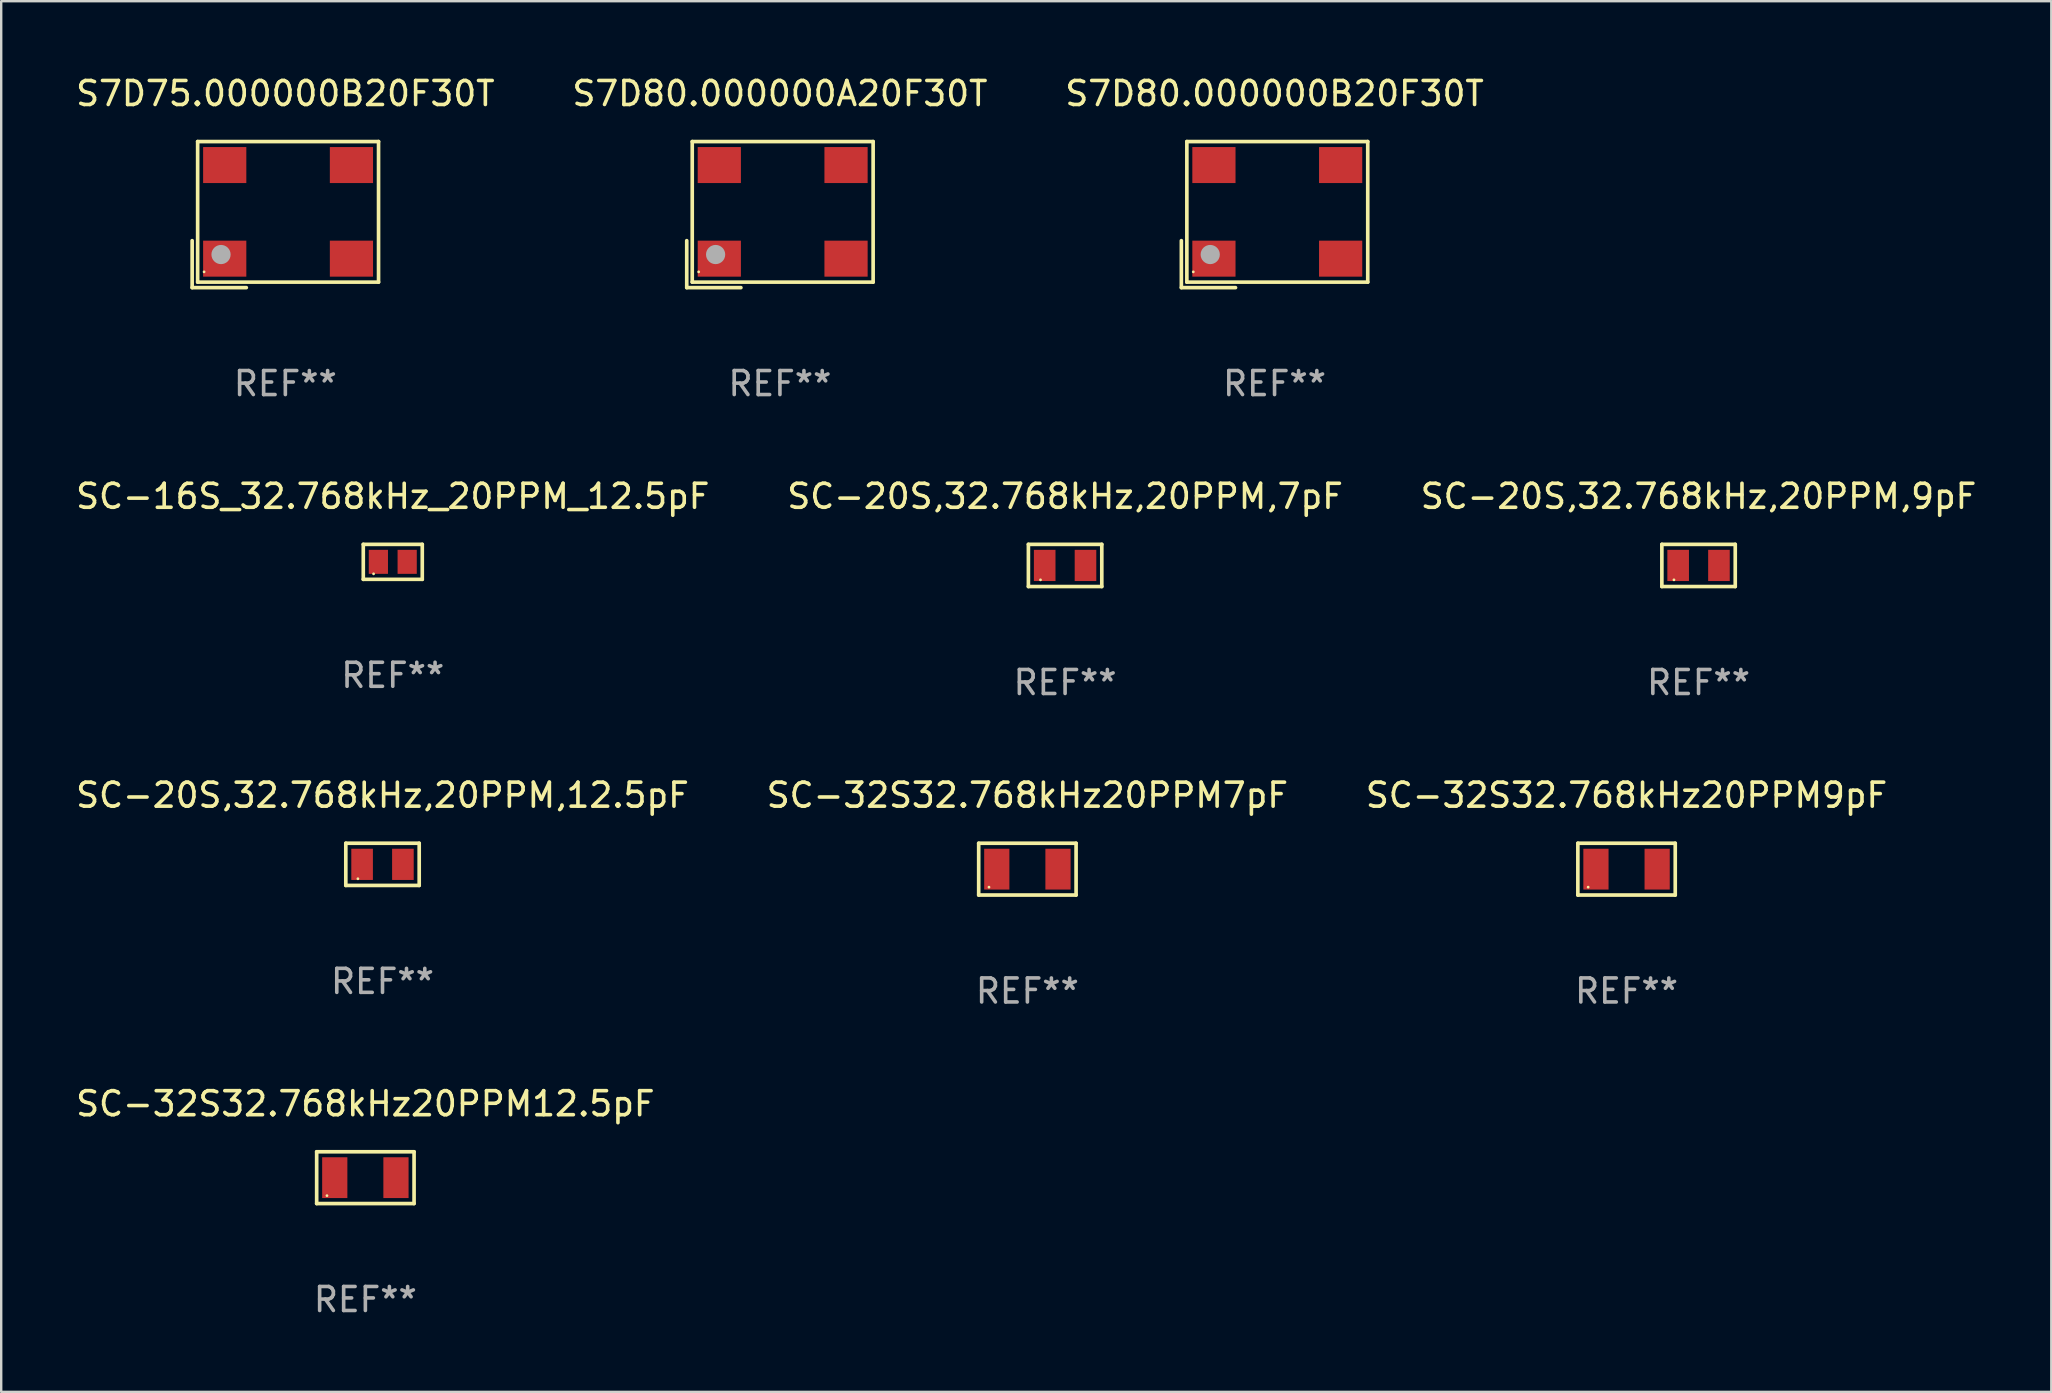
<source format=kicad_pcb>
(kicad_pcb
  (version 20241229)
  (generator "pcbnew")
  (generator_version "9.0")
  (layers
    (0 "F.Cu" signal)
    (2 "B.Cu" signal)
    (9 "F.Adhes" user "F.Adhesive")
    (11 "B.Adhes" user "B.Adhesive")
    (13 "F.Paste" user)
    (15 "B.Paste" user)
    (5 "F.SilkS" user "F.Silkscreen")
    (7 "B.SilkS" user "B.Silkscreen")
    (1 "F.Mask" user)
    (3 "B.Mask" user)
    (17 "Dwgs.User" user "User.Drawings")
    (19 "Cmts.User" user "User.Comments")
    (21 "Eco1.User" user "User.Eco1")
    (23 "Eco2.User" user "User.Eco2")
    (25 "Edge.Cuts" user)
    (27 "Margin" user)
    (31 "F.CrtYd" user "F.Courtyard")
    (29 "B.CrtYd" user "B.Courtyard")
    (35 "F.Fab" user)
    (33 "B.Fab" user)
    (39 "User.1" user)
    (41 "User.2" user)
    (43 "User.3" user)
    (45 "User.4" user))
  (footprint "SC-20S,32.768kHz,20PPM,9pF"
    (layer "F.Cu")
    (at 67.72 20.509)
    (property "Reference" "SC-20S,32.768kHz,20PPM,9pF" (at 0 -2.879 0) (layer "F.SilkS") (effects (font (size 1 1) (thickness 0.15))))
    (attr through_hole)
    (fp_line (start -1.529 -0.879) (end 1.529 -0.879) (stroke (width 0.152) (type solid)) (layer "F.SilkS"))
    (fp_line (start -1.529 0.879) (end -1.529 -0.879) (stroke (width 0.152) (type solid)) (layer "F.SilkS"))
    (fp_line (start 1.529 -0.879) (end 1.529 0.879) (stroke (width 0.152) (type solid)) (layer "F.SilkS"))
    (fp_line (start 1.529 0.879) (end -1.529 0.879) (stroke (width 0.152) (type solid)) (layer "F.SilkS"))
    (fp_circle (center -1.025 0.6) (end -0.995 0.6) (stroke (width 0.06) (type solid)) (fill no) (layer "F.SilkS"))
    (fp_text user "REF**" (at 0 4.879 0) (layer "F.Fab") (effects (font (size 1 1) (thickness 0.15))))
    (pad "1" smd rect (at -0.85 0) (size 0.9 1.3) (layers "F.Cu" "F.Mask" "F.Paste"))
    (pad "2" smd rect (at 0.85 0) (size 0.9 1.3) (layers "F.Cu" "F.Mask" "F.Paste")))
  (footprint "S7D80.000000B20F30T"
    (layer "F.Cu")
    (at 50.054 5.891)
    (property "Reference" "S7D80.000000B20F30T" (at 0 -5.043 0) (layer "F.SilkS") (effects (font (size 1 1) (thickness 0.15))))
    (attr through_hole)
    (fp_line (start -3.883 1.086) (end -3.883 3.043) (stroke (width 0.152) (type solid)) (layer "F.SilkS"))
    (fp_line (start -3.883 3.043) (end -1.626 3.043) (stroke (width 0.152) (type solid)) (layer "F.SilkS"))
    (fp_line (start -3.654 -3.043) (end 3.883 -3.043) (stroke (width 0.152) (type solid)) (layer "F.SilkS"))
    (fp_line (start -3.654 2.814) (end -3.654 -3.043) (stroke (width 0.152) (type solid)) (layer "F.SilkS"))
    (fp_line (start 3.883 -3.043) (end 3.883 2.814) (stroke (width 0.152) (type solid)) (layer "F.SilkS"))
    (fp_line (start 3.883 2.814) (end -3.654 2.814) (stroke (width 0.152) (type solid)) (layer "F.SilkS"))
    (fp_circle (center -3.386 2.386) (end -3.356 2.386) (stroke (width 0.06) (type solid)) (fill no) (layer "F.SilkS"))
    (fp_circle (center -2.68 1.664) (end -2.48 1.664) (stroke (width 0.4) (type solid)) (fill no) (layer "F.Fab"))
    (fp_text user "REF**" (at 0 7.043 0) (layer "F.Fab") (effects (font (size 1 1) (thickness 0.15))))
    (pad "1" smd rect (at -2.526 1.836) (size 1.8 1.5) (layers "F.Cu" "F.Mask" "F.Paste"))
    (pad "2" smd rect (at 2.754 1.836) (size 1.8 1.5) (layers "F.Cu" "F.Mask" "F.Paste"))
    (pad "3" smd rect (at 2.754 -2.064) (size 1.8 1.5) (layers "F.Cu" "F.Mask" "F.Paste"))
    (pad "4" smd rect (at -2.526 -2.064) (size 1.8 1.5) (layers "F.Cu" "F.Mask" "F.Paste")))
  (footprint "SC-20S,32.768kHz,20PPM,7pF"
    (layer "F.Cu")
    (at 41.327 20.509)
    (property "Reference" "SC-20S,32.768kHz,20PPM,7pF" (at 0 -2.879 0) (layer "F.SilkS") (effects (font (size 1 1) (thickness 0.15))))
    (attr through_hole)
    (fp_line (start -1.529 -0.879) (end 1.529 -0.879) (stroke (width 0.152) (type solid)) (layer "F.SilkS"))
    (fp_line (start -1.529 0.879) (end -1.529 -0.879) (stroke (width 0.152) (type solid)) (layer "F.SilkS"))
    (fp_line (start 1.529 -0.879) (end 1.529 0.879) (stroke (width 0.152) (type solid)) (layer "F.SilkS"))
    (fp_line (start 1.529 0.879) (end -1.529 0.879) (stroke (width 0.152) (type solid)) (layer "F.SilkS"))
    (fp_circle (center -1.025 0.6) (end -0.995 0.6) (stroke (width 0.06) (type solid)) (fill no) (layer "F.SilkS"))
    (fp_text user "REF**" (at 0 4.879 0) (layer "F.Fab") (effects (font (size 1 1) (thickness 0.15))))
    (pad "1" smd rect (at -0.85 0) (size 0.9 1.3) (layers "F.Cu" "F.Mask" "F.Paste"))
    (pad "2" smd rect (at 0.85 0) (size 0.9 1.3) (layers "F.Cu" "F.Mask" "F.Paste")))
  (footprint "SC-32S32.768kHz20PPM7pF"
    (layer "F.Cu")
    (at 39.756 33.163)
    (property "Reference" "SC-32S32.768kHz20PPM7pF" (at 0 -3.079 0) (layer "F.SilkS") (effects (font (size 1 1) (thickness 0.15))))
    (attr through_hole)
    (fp_line (start -2.029 -1.079) (end 2.029 -1.079) (stroke (width 0.152) (type solid)) (layer "F.SilkS"))
    (fp_line (start -2.029 1.079) (end -2.029 -1.079) (stroke (width 0.152) (type solid)) (layer "F.SilkS"))
    (fp_line (start 2.029 -1.079) (end 2.029 1.079) (stroke (width 0.152) (type solid)) (layer "F.SilkS"))
    (fp_line (start 2.029 1.079) (end -2.029 1.079) (stroke (width 0.152) (type solid)) (layer "F.SilkS"))
    (fp_circle (center -1.6 0.75) (end -1.57 0.75) (stroke (width 0.06) (type solid)) (fill no) (layer "F.SilkS"))
    (fp_text user "REF**" (at 0 5.079 0) (layer "F.Fab") (effects (font (size 1 1) (thickness 0.15))))
    (pad "1" smd rect (at -1.275 0) (size 1.05 1.7) (layers "F.Cu" "F.Mask" "F.Paste"))
    (pad "2" smd rect (at 1.275 0) (size 1.05 1.7) (layers "F.Cu" "F.Mask" "F.Paste")))
  (footprint "SC-16S_32.768kHz_20PPM_12.5pF"
    (layer "F.Cu")
    (at 13.315 20.359)
    (property "Reference" "SC-16S_32.768kHz_20PPM_12.5pF" (at 0 -2.729 0) (layer "F.SilkS") (effects (font (size 1 1) (thickness 0.15))))
    (attr through_hole)
    (fp_line (start -1.229 -0.729) (end 1.229 -0.729) (stroke (width 0.152) (type solid)) (layer "F.SilkS"))
    (fp_line (start -1.229 0.729) (end -1.229 -0.729) (stroke (width 0.152) (type solid)) (layer "F.SilkS"))
    (fp_line (start 1.229 -0.729) (end 1.229 0.729) (stroke (width 0.152) (type solid)) (layer "F.SilkS"))
    (fp_line (start 1.229 0.729) (end -1.229 0.729) (stroke (width 0.152) (type solid)) (layer "F.SilkS"))
    (fp_circle (center -0.8 0.5) (end -0.77 0.5) (stroke (width 0.06) (type solid)) (fill no) (layer "F.SilkS"))
    (fp_text user "REF**" (at 0 4.729 0) (layer "F.Fab") (effects (font (size 1 1) (thickness 0.15))))
    (pad "1" smd rect (at -0.6 0) (size 0.8 1) (layers "F.Cu" "F.Mask" "F.Paste"))
    (pad "2" smd rect (at 0.6 0) (size 0.8 1) (layers "F.Cu" "F.Mask" "F.Paste")))
  (footprint "SC-32S32.768kHz20PPM9pF"
    (layer "F.Cu")
    (at 64.72 33.163)
    (property "Reference" "SC-32S32.768kHz20PPM9pF" (at 0 -3.079 0) (layer "F.SilkS") (effects (font (size 1 1) (thickness 0.15))))
    (attr through_hole)
    (fp_line (start -2.029 -1.079) (end 2.029 -1.079) (stroke (width 0.152) (type solid)) (layer "F.SilkS"))
    (fp_line (start -2.029 1.079) (end -2.029 -1.079) (stroke (width 0.152) (type solid)) (layer "F.SilkS"))
    (fp_line (start 2.029 -1.079) (end 2.029 1.079) (stroke (width 0.152) (type solid)) (layer "F.SilkS"))
    (fp_line (start 2.029 1.079) (end -2.029 1.079) (stroke (width 0.152) (type solid)) (layer "F.SilkS"))
    (fp_circle (center -1.6 0.75) (end -1.57 0.75) (stroke (width 0.06) (type solid)) (fill no) (layer "F.SilkS"))
    (fp_text user "REF**" (at 0 5.079 0) (layer "F.Fab") (effects (font (size 1 1) (thickness 0.15))))
    (pad "1" smd rect (at -1.275 0.000127) (size 1.05 1.7) (layers "F.Cu" "F.Mask" "F.Paste"))
    (pad "2" smd rect (at 1.275 0.000127) (size 1.05 1.7) (layers "F.Cu" "F.Mask" "F.Paste")))
  (footprint "SC-32S32.768kHz20PPM12.5pF"
    (layer "F.Cu")
    (at 12.173 46.017)
    (property "Reference" "SC-32S32.768kHz20PPM12.5pF" (at 0 -3.079 0) (layer "F.SilkS") (effects (font (size 1 1) (thickness 0.15))))
    (attr through_hole)
    (fp_line (start -2.029 -1.079) (end 2.029 -1.079) (stroke (width 0.152) (type solid)) (layer "F.SilkS"))
    (fp_line (start -2.029 1.079) (end -2.029 -1.079) (stroke (width 0.152) (type solid)) (layer "F.SilkS"))
    (fp_line (start 2.029 -1.079) (end 2.029 1.079) (stroke (width 0.152) (type solid)) (layer "F.SilkS"))
    (fp_line (start 2.029 1.079) (end -2.029 1.079) (stroke (width 0.152) (type solid)) (layer "F.SilkS"))
    (fp_circle (center -1.6 0.75) (end -1.57 0.75) (stroke (width 0.06) (type solid)) (fill no) (layer "F.SilkS"))
    (fp_text user "REF**" (at 0 5.079 0) (layer "F.Fab") (effects (font (size 1 1) (thickness 0.15))))
    (pad "1" smd rect (at -1.275 0) (size 1.05 1.7) (layers "F.Cu" "F.Mask" "F.Paste"))
    (pad "2" smd rect (at 1.275 0) (size 1.05 1.7) (layers "F.Cu" "F.Mask" "F.Paste")))
  (footprint "S7D80.000000A20F30T"
    (layer "F.Cu")
    (at 29.446 5.891)
    (property "Reference" "S7D80.000000A20F30T" (at 0 -5.043 0) (layer "F.SilkS") (effects (font (size 1 1) (thickness 0.15))))
    (attr through_hole)
    (fp_line (start -3.883 1.086) (end -3.883 3.043) (stroke (width 0.152) (type solid)) (layer "F.SilkS"))
    (fp_line (start -3.883 3.043) (end -1.626 3.043) (stroke (width 0.152) (type solid)) (layer "F.SilkS"))
    (fp_line (start -3.654 -3.043) (end 3.883 -3.043) (stroke (width 0.152) (type solid)) (layer "F.SilkS"))
    (fp_line (start -3.654 2.814) (end -3.654 -3.043) (stroke (width 0.152) (type solid)) (layer "F.SilkS"))
    (fp_line (start 3.883 -3.043) (end 3.883 2.814) (stroke (width 0.152) (type solid)) (layer "F.SilkS"))
    (fp_line (start 3.883 2.814) (end -3.654 2.814) (stroke (width 0.152) (type solid)) (layer "F.SilkS"))
    (fp_circle (center -3.386 2.386) (end -3.356 2.386) (stroke (width 0.06) (type solid)) (fill no) (layer "F.SilkS"))
    (fp_circle (center -2.68 1.664) (end -2.48 1.664) (stroke (width 0.4) (type solid)) (fill no) (layer "F.Fab"))
    (fp_text user "REF**" (at 0 7.043 0) (layer "F.Fab") (effects (font (size 1 1) (thickness 0.15))))
    (pad "1" smd rect (at -2.526 1.836) (size 1.8 1.5) (layers "F.Cu" "F.Mask" "F.Paste"))
    (pad "2" smd rect (at 2.754 1.836) (size 1.8 1.5) (layers "F.Cu" "F.Mask" "F.Paste"))
    (pad "3" smd rect (at 2.754 -2.064) (size 1.8 1.5) (layers "F.Cu" "F.Mask" "F.Paste"))
    (pad "4" smd rect (at -2.526 -2.064) (size 1.8 1.5) (layers "F.Cu" "F.Mask" "F.Paste")))
  (footprint "S7D75.000000B20F30T"
    (layer "F.Cu")
    (at 8.839 5.891)
    (property "Reference" "S7D75.000000B20F30T" (at 0 -5.043 0) (layer "F.SilkS") (effects (font (size 1 1) (thickness 0.15))))
    (attr through_hole)
    (fp_line (start -3.883 1.086) (end -3.883 3.043) (stroke (width 0.152) (type solid)) (layer "F.SilkS"))
    (fp_line (start -3.883 3.043) (end -1.626 3.043) (stroke (width 0.152) (type solid)) (layer "F.SilkS"))
    (fp_line (start -3.654 -3.043) (end 3.883 -3.043) (stroke (width 0.152) (type solid)) (layer "F.SilkS"))
    (fp_line (start -3.654 2.814) (end -3.654 -3.043) (stroke (width 0.152) (type solid)) (layer "F.SilkS"))
    (fp_line (start 3.883 -3.043) (end 3.883 2.814) (stroke (width 0.152) (type solid)) (layer "F.SilkS"))
    (fp_line (start 3.883 2.814) (end -3.654 2.814) (stroke (width 0.152) (type solid)) (layer "F.SilkS"))
    (fp_circle (center -3.386 2.386) (end -3.356 2.386) (stroke (width 0.06) (type solid)) (fill no) (layer "F.SilkS"))
    (fp_circle (center -2.68 1.664) (end -2.48 1.664) (stroke (width 0.4) (type solid)) (fill no) (layer "F.Fab"))
    (fp_text user "REF**" (at 0 7.043 0) (layer "F.Fab") (effects (font (size 1 1) (thickness 0.15))))
    (pad "1" smd rect (at -2.526 1.836) (size 1.8 1.5) (layers "F.Cu" "F.Mask" "F.Paste"))
    (pad "2" smd rect (at 2.754 1.836) (size 1.8 1.5) (layers "F.Cu" "F.Mask" "F.Paste"))
    (pad "3" smd rect (at 2.754 -2.064) (size 1.8 1.5) (layers "F.Cu" "F.Mask" "F.Paste"))
    (pad "4" smd rect (at -2.526 -2.064) (size 1.8 1.5) (layers "F.Cu" "F.Mask" "F.Paste")))
  (footprint "SC-20S,32.768kHz,20PPM,12.5pF"
    (layer "F.Cu")
    (at 12.887 32.963)
    (property "Reference" "SC-20S,32.768kHz,20PPM,12.5pF" (at 0 -2.879 0) (layer "F.SilkS") (effects (font (size 1 1) (thickness 0.15))))
    (attr through_hole)
    (fp_line (start -1.529 -0.879) (end 1.529 -0.879) (stroke (width 0.152) (type solid)) (layer "F.SilkS"))
    (fp_line (start -1.529 0.879) (end -1.529 -0.879) (stroke (width 0.152) (type solid)) (layer "F.SilkS"))
    (fp_line (start 1.529 -0.879) (end 1.529 0.879) (stroke (width 0.152) (type solid)) (layer "F.SilkS"))
    (fp_line (start 1.529 0.879) (end -1.529 0.879) (stroke (width 0.152) (type solid)) (layer "F.SilkS"))
    (fp_circle (center -1.025 0.6) (end -0.995 0.6) (stroke (width 0.06) (type solid)) (fill no) (layer "F.SilkS"))
    (fp_text user "REF**" (at 0 4.879 0) (layer "F.Fab") (effects (font (size 1 1) (thickness 0.15))))
    (pad "1" smd rect (at -0.85 0) (size 0.9 1.3) (layers "F.Cu" "F.Mask" "F.Paste"))
    (pad "2" smd rect (at 0.85 0) (size 0.9 1.3) (layers "F.Cu" "F.Mask" "F.Paste")))
  (gr_rect
    (start -3 -3)
    (end 82.417 54.943)
    (stroke (width 0.1) (type default))
    (fill no)
    (layer "Edge.Cuts")))
</source>
